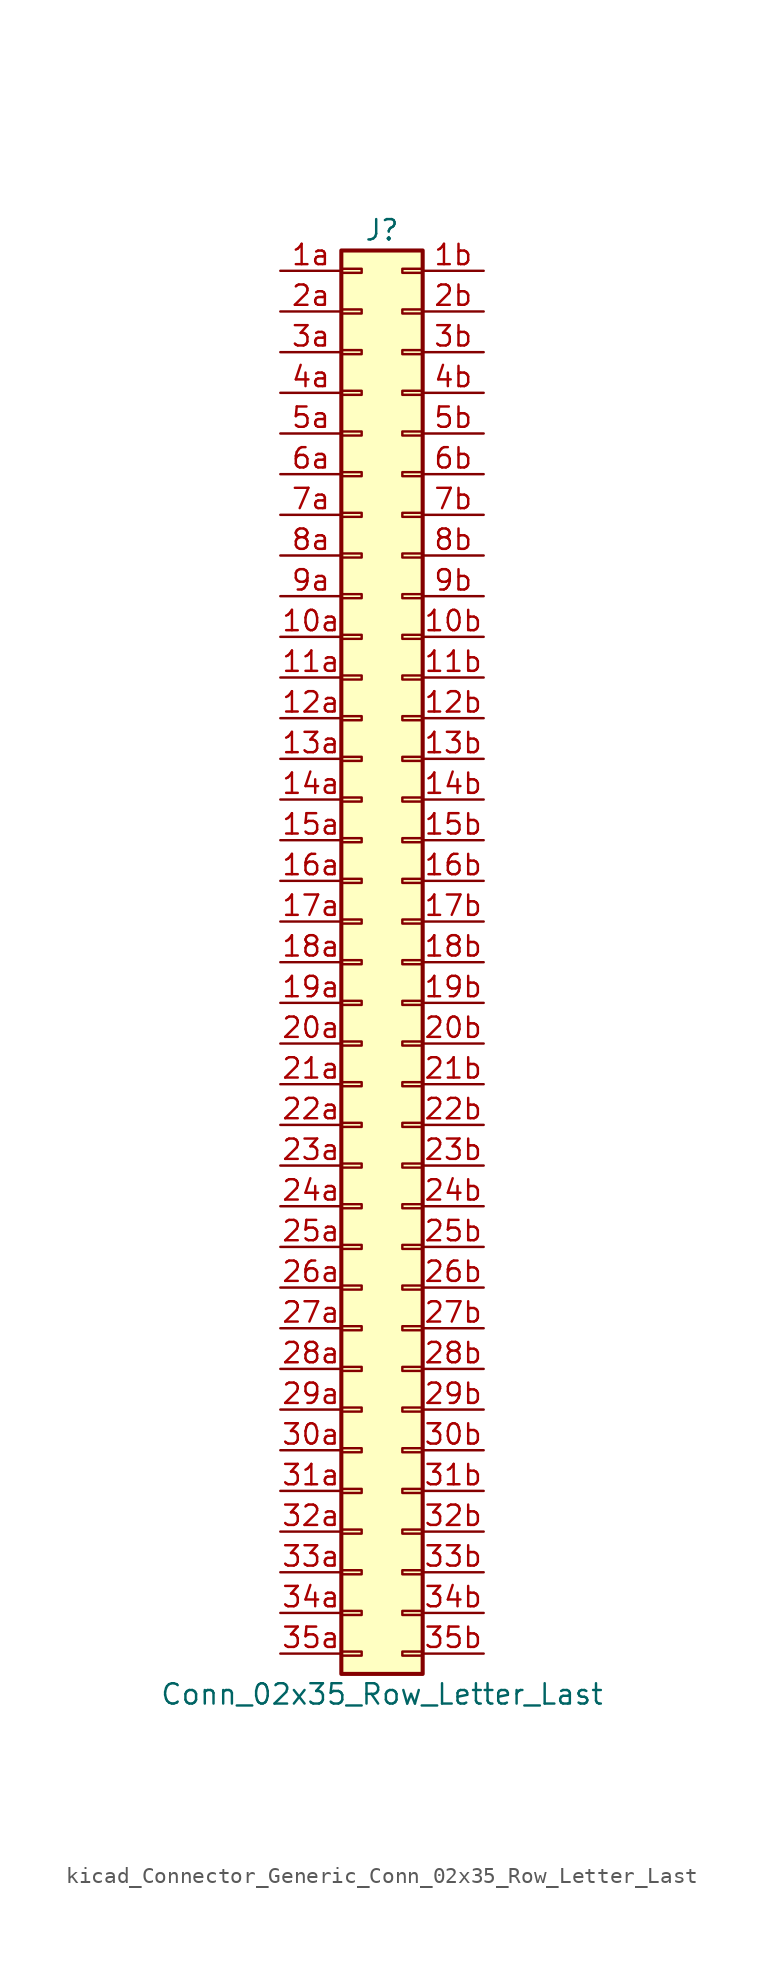
<source format=kicad_sym>
(kicad_symbol_lib
  (version 20220914)
  (generator kicad_symbol_editor)
  (symbol "kicad_Connector_Generic_Conn_02x35_Row_Letter_Last"
    (pin_names
      (offset 1.016) hide)
    (property "Reference" "J"
      (at 1.27 45.72 0)
      (effects (font (size 1.27 1.27))))
    (property "Value" "Conn_02x35_Row_Letter_Last"
      (at 1.27 -45.72 0)
      (effects (font (size 1.27 1.27))))
    (symbol "kicad_Connector_Generic_Conn_02x35_Row_Letter_Last_1_1"
      (rectangle (start -1.27 -43.053) (end 0 -43.307) (stroke (width 0.152) (type default)) (fill (type none)))
      (rectangle (start -1.27 -40.513) (end 0 -40.767) (stroke (width 0.152) (type default)) (fill (type none)))
      (rectangle (start -1.27 -37.973) (end 0 -38.227) (stroke (width 0.152) (type default)) (fill (type none)))
      (rectangle (start -1.27 -35.433) (end 0 -35.687) (stroke (width 0.152) (type default)) (fill (type none)))
      (rectangle (start -1.27 -32.893) (end 0 -33.147) (stroke (width 0.152) (type default)) (fill (type none)))
      (rectangle (start -1.27 -30.353) (end 0 -30.607) (stroke (width 0.152) (type default)) (fill (type none)))
      (rectangle (start -1.27 -27.813) (end 0 -28.067) (stroke (width 0.152) (type default)) (fill (type none)))
      (rectangle (start -1.27 -25.273) (end 0 -25.527) (stroke (width 0.152) (type default)) (fill (type none)))
      (rectangle (start -1.27 -22.733) (end 0 -22.987) (stroke (width 0.152) (type default)) (fill (type none)))
      (rectangle (start -1.27 -20.193) (end 0 -20.447) (stroke (width 0.152) (type default)) (fill (type none)))
      (rectangle (start -1.27 -17.653) (end 0 -17.907) (stroke (width 0.152) (type default)) (fill (type none)))
      (rectangle (start -1.27 -15.113) (end 0 -15.367) (stroke (width 0.152) (type default)) (fill (type none)))
      (rectangle (start -1.27 -12.573) (end 0 -12.827) (stroke (width 0.152) (type default)) (fill (type none)))
      (rectangle (start -1.27 -10.033) (end 0 -10.287) (stroke (width 0.152) (type default)) (fill (type none)))
      (rectangle (start -1.27 -7.493) (end 0 -7.747) (stroke (width 0.152) (type default)) (fill (type none)))
      (rectangle (start -1.27 -4.953) (end 0 -5.207) (stroke (width 0.152) (type default)) (fill (type none)))
      (rectangle (start -1.27 -2.413) (end 0 -2.667) (stroke (width 0.152) (type default)) (fill (type none)))
      (rectangle (start -1.27 0.127) (end 0 -0.127) (stroke (width 0.152) (type default)) (fill (type none)))
      (rectangle (start -1.27 2.667) (end 0 2.413) (stroke (width 0.152) (type default)) (fill (type none)))
      (rectangle (start -1.27 5.207) (end 0 4.953) (stroke (width 0.152) (type default)) (fill (type none)))
      (rectangle (start -1.27 7.747) (end 0 7.493) (stroke (width 0.152) (type default)) (fill (type none)))
      (rectangle (start -1.27 10.287) (end 0 10.033) (stroke (width 0.152) (type default)) (fill (type none)))
      (rectangle (start -1.27 12.827) (end 0 12.573) (stroke (width 0.152) (type default)) (fill (type none)))
      (rectangle (start -1.27 15.367) (end 0 15.113) (stroke (width 0.152) (type default)) (fill (type none)))
      (rectangle (start -1.27 17.907) (end 0 17.653) (stroke (width 0.152) (type default)) (fill (type none)))
      (rectangle (start -1.27 20.447) (end 0 20.193) (stroke (width 0.152) (type default)) (fill (type none)))
      (rectangle (start -1.27 22.987) (end 0 22.733) (stroke (width 0.152) (type default)) (fill (type none)))
      (rectangle (start -1.27 25.527) (end 0 25.273) (stroke (width 0.152) (type default)) (fill (type none)))
      (rectangle (start -1.27 28.067) (end 0 27.813) (stroke (width 0.152) (type default)) (fill (type none)))
      (rectangle (start -1.27 30.607) (end 0 30.353) (stroke (width 0.152) (type default)) (fill (type none)))
      (rectangle (start -1.27 33.147) (end 0 32.893) (stroke (width 0.152) (type default)) (fill (type none)))
      (rectangle (start -1.27 35.687) (end 0 35.433) (stroke (width 0.152) (type default)) (fill (type none)))
      (rectangle (start -1.27 38.227) (end 0 37.973) (stroke (width 0.152) (type default)) (fill (type none)))
      (rectangle (start -1.27 40.767) (end 0 40.513) (stroke (width 0.152) (type default)) (fill (type none)))
      (rectangle (start -1.27 43.307) (end 0 43.053) (stroke (width 0.152) (type default)) (fill (type none)))
      (rectangle (start -1.27 44.45) (end 3.81 -44.45) (stroke (width 0.254) (type default)) (fill (type background)))
      (rectangle (start 3.81 -43.053) (end 2.54 -43.307) (stroke (width 0.152) (type default)) (fill (type none)))
      (rectangle (start 3.81 -40.513) (end 2.54 -40.767) (stroke (width 0.152) (type default)) (fill (type none)))
      (rectangle (start 3.81 -37.973) (end 2.54 -38.227) (stroke (width 0.152) (type default)) (fill (type none)))
      (rectangle (start 3.81 -35.433) (end 2.54 -35.687) (stroke (width 0.152) (type default)) (fill (type none)))
      (rectangle (start 3.81 -32.893) (end 2.54 -33.147) (stroke (width 0.152) (type default)) (fill (type none)))
      (rectangle (start 3.81 -30.353) (end 2.54 -30.607) (stroke (width 0.152) (type default)) (fill (type none)))
      (rectangle (start 3.81 -27.813) (end 2.54 -28.067) (stroke (width 0.152) (type default)) (fill (type none)))
      (rectangle (start 3.81 -25.273) (end 2.54 -25.527) (stroke (width 0.152) (type default)) (fill (type none)))
      (rectangle (start 3.81 -22.733) (end 2.54 -22.987) (stroke (width 0.152) (type default)) (fill (type none)))
      (rectangle (start 3.81 -20.193) (end 2.54 -20.447) (stroke (width 0.152) (type default)) (fill (type none)))
      (rectangle (start 3.81 -17.653) (end 2.54 -17.907) (stroke (width 0.152) (type default)) (fill (type none)))
      (rectangle (start 3.81 -15.113) (end 2.54 -15.367) (stroke (width 0.152) (type default)) (fill (type none)))
      (rectangle (start 3.81 -12.573) (end 2.54 -12.827) (stroke (width 0.152) (type default)) (fill (type none)))
      (rectangle (start 3.81 -10.033) (end 2.54 -10.287) (stroke (width 0.152) (type default)) (fill (type none)))
      (rectangle (start 3.81 -7.493) (end 2.54 -7.747) (stroke (width 0.152) (type default)) (fill (type none)))
      (rectangle (start 3.81 -4.953) (end 2.54 -5.207) (stroke (width 0.152) (type default)) (fill (type none)))
      (rectangle (start 3.81 -2.413) (end 2.54 -2.667) (stroke (width 0.152) (type default)) (fill (type none)))
      (rectangle (start 3.81 0.127) (end 2.54 -0.127) (stroke (width 0.152) (type default)) (fill (type none)))
      (rectangle (start 3.81 2.667) (end 2.54 2.413) (stroke (width 0.152) (type default)) (fill (type none)))
      (rectangle (start 3.81 5.207) (end 2.54 4.953) (stroke (width 0.152) (type default)) (fill (type none)))
      (rectangle (start 3.81 7.747) (end 2.54 7.493) (stroke (width 0.152) (type default)) (fill (type none)))
      (rectangle (start 3.81 10.287) (end 2.54 10.033) (stroke (width 0.152) (type default)) (fill (type none)))
      (rectangle (start 3.81 12.827) (end 2.54 12.573) (stroke (width 0.152) (type default)) (fill (type none)))
      (rectangle (start 3.81 15.367) (end 2.54 15.113) (stroke (width 0.152) (type default)) (fill (type none)))
      (rectangle (start 3.81 17.907) (end 2.54 17.653) (stroke (width 0.152) (type default)) (fill (type none)))
      (rectangle (start 3.81 20.447) (end 2.54 20.193) (stroke (width 0.152) (type default)) (fill (type none)))
      (rectangle (start 3.81 22.987) (end 2.54 22.733) (stroke (width 0.152) (type default)) (fill (type none)))
      (rectangle (start 3.81 25.527) (end 2.54 25.273) (stroke (width 0.152) (type default)) (fill (type none)))
      (rectangle (start 3.81 28.067) (end 2.54 27.813) (stroke (width 0.152) (type default)) (fill (type none)))
      (rectangle (start 3.81 30.607) (end 2.54 30.353) (stroke (width 0.152) (type default)) (fill (type none)))
      (rectangle (start 3.81 33.147) (end 2.54 32.893) (stroke (width 0.152) (type default)) (fill (type none)))
      (rectangle (start 3.81 35.687) (end 2.54 35.433) (stroke (width 0.152) (type default)) (fill (type none)))
      (rectangle (start 3.81 38.227) (end 2.54 37.973) (stroke (width 0.152) (type default)) (fill (type none)))
      (rectangle (start 3.81 40.767) (end 2.54 40.513) (stroke (width 0.152) (type default)) (fill (type none)))
      (rectangle (start 3.81 43.307) (end 2.54 43.053) (stroke (width 0.152) (type default)) (fill (type none)))
      (pin passive line (at -5.08 20.32 0) (length 3.81) (name "Pin_10a" (effects (font (size 1.27 1.27)))) (number "10a" (effects (font (size 1.27 1.27)))))
      (pin passive line (at 7.62 20.32 180) (length 3.81) (name "Pin_10b" (effects (font (size 1.27 1.27)))) (number "10b" (effects (font (size 1.27 1.27)))))
      (pin passive line (at -5.08 17.78 0) (length 3.81) (name "Pin_11a" (effects (font (size 1.27 1.27)))) (number "11a" (effects (font (size 1.27 1.27)))))
      (pin passive line (at 7.62 17.78 180) (length 3.81) (name "Pin_11b" (effects (font (size 1.27 1.27)))) (number "11b" (effects (font (size 1.27 1.27)))))
      (pin passive line (at -5.08 15.24 0) (length 3.81) (name "Pin_12a" (effects (font (size 1.27 1.27)))) (number "12a" (effects (font (size 1.27 1.27)))))
      (pin passive line (at 7.62 15.24 180) (length 3.81) (name "Pin_12b" (effects (font (size 1.27 1.27)))) (number "12b" (effects (font (size 1.27 1.27)))))
      (pin passive line (at -5.08 12.7 0) (length 3.81) (name "Pin_13a" (effects (font (size 1.27 1.27)))) (number "13a" (effects (font (size 1.27 1.27)))))
      (pin passive line (at 7.62 12.7 180) (length 3.81) (name "Pin_13b" (effects (font (size 1.27 1.27)))) (number "13b" (effects (font (size 1.27 1.27)))))
      (pin passive line (at -5.08 10.16 0) (length 3.81) (name "Pin_14a" (effects (font (size 1.27 1.27)))) (number "14a" (effects (font (size 1.27 1.27)))))
      (pin passive line (at 7.62 10.16 180) (length 3.81) (name "Pin_14b" (effects (font (size 1.27 1.27)))) (number "14b" (effects (font (size 1.27 1.27)))))
      (pin passive line (at -5.08 7.62 0) (length 3.81) (name "Pin_15a" (effects (font (size 1.27 1.27)))) (number "15a" (effects (font (size 1.27 1.27)))))
      (pin passive line (at 7.62 7.62 180) (length 3.81) (name "Pin_15b" (effects (font (size 1.27 1.27)))) (number "15b" (effects (font (size 1.27 1.27)))))
      (pin passive line (at -5.08 5.08 0) (length 3.81) (name "Pin_16a" (effects (font (size 1.27 1.27)))) (number "16a" (effects (font (size 1.27 1.27)))))
      (pin passive line (at 7.62 5.08 180) (length 3.81) (name "Pin_16b" (effects (font (size 1.27 1.27)))) (number "16b" (effects (font (size 1.27 1.27)))))
      (pin passive line (at -5.08 2.54 0) (length 3.81) (name "Pin_17a" (effects (font (size 1.27 1.27)))) (number "17a" (effects (font (size 1.27 1.27)))))
      (pin passive line (at 7.62 2.54 180) (length 3.81) (name "Pin_17b" (effects (font (size 1.27 1.27)))) (number "17b" (effects (font (size 1.27 1.27)))))
      (pin passive line (at -5.08 0 0) (length 3.81) (name "Pin_18a" (effects (font (size 1.27 1.27)))) (number "18a" (effects (font (size 1.27 1.27)))))
      (pin passive line (at 7.62 0 180) (length 3.81) (name "Pin_18b" (effects (font (size 1.27 1.27)))) (number "18b" (effects (font (size 1.27 1.27)))))
      (pin passive line (at -5.08 -2.54 0) (length 3.81) (name "Pin_19a" (effects (font (size 1.27 1.27)))) (number "19a" (effects (font (size 1.27 1.27)))))
      (pin passive line (at 7.62 -2.54 180) (length 3.81) (name "Pin_19b" (effects (font (size 1.27 1.27)))) (number "19b" (effects (font (size 1.27 1.27)))))
      (pin passive line (at -5.08 43.18 0) (length 3.81) (name "Pin_1a" (effects (font (size 1.27 1.27)))) (number "1a" (effects (font (size 1.27 1.27)))))
      (pin passive line (at 7.62 43.18 180) (length 3.81) (name "Pin_1b" (effects (font (size 1.27 1.27)))) (number "1b" (effects (font (size 1.27 1.27)))))
      (pin passive line (at -5.08 -5.08 0) (length 3.81) (name "Pin_20a" (effects (font (size 1.27 1.27)))) (number "20a" (effects (font (size 1.27 1.27)))))
      (pin passive line (at 7.62 -5.08 180) (length 3.81) (name "Pin_20b" (effects (font (size 1.27 1.27)))) (number "20b" (effects (font (size 1.27 1.27)))))
      (pin passive line (at -5.08 -7.62 0) (length 3.81) (name "Pin_21a" (effects (font (size 1.27 1.27)))) (number "21a" (effects (font (size 1.27 1.27)))))
      (pin passive line (at 7.62 -7.62 180) (length 3.81) (name "Pin_21b" (effects (font (size 1.27 1.27)))) (number "21b" (effects (font (size 1.27 1.27)))))
      (pin passive line (at -5.08 -10.16 0) (length 3.81) (name "Pin_22a" (effects (font (size 1.27 1.27)))) (number "22a" (effects (font (size 1.27 1.27)))))
      (pin passive line (at 7.62 -10.16 180) (length 3.81) (name "Pin_22b" (effects (font (size 1.27 1.27)))) (number "22b" (effects (font (size 1.27 1.27)))))
      (pin passive line (at -5.08 -12.7 0) (length 3.81) (name "Pin_23a" (effects (font (size 1.27 1.27)))) (number "23a" (effects (font (size 1.27 1.27)))))
      (pin passive line (at 7.62 -12.7 180) (length 3.81) (name "Pin_23b" (effects (font (size 1.27 1.27)))) (number "23b" (effects (font (size 1.27 1.27)))))
      (pin passive line (at -5.08 -15.24 0) (length 3.81) (name "Pin_24a" (effects (font (size 1.27 1.27)))) (number "24a" (effects (font (size 1.27 1.27)))))
      (pin passive line (at 7.62 -15.24 180) (length 3.81) (name "Pin_24b" (effects (font (size 1.27 1.27)))) (number "24b" (effects (font (size 1.27 1.27)))))
      (pin passive line (at -5.08 -17.78 0) (length 3.81) (name "Pin_25a" (effects (font (size 1.27 1.27)))) (number "25a" (effects (font (size 1.27 1.27)))))
      (pin passive line (at 7.62 -17.78 180) (length 3.81) (name "Pin_25b" (effects (font (size 1.27 1.27)))) (number "25b" (effects (font (size 1.27 1.27)))))
      (pin passive line (at -5.08 -20.32 0) (length 3.81) (name "Pin_26a" (effects (font (size 1.27 1.27)))) (number "26a" (effects (font (size 1.27 1.27)))))
      (pin passive line (at 7.62 -20.32 180) (length 3.81) (name "Pin_26b" (effects (font (size 1.27 1.27)))) (number "26b" (effects (font (size 1.27 1.27)))))
      (pin passive line (at -5.08 -22.86 0) (length 3.81) (name "Pin_27a" (effects (font (size 1.27 1.27)))) (number "27a" (effects (font (size 1.27 1.27)))))
      (pin passive line (at 7.62 -22.86 180) (length 3.81) (name "Pin_27b" (effects (font (size 1.27 1.27)))) (number "27b" (effects (font (size 1.27 1.27)))))
      (pin passive line (at -5.08 -25.4 0) (length 3.81) (name "Pin_28a" (effects (font (size 1.27 1.27)))) (number "28a" (effects (font (size 1.27 1.27)))))
      (pin passive line (at 7.62 -25.4 180) (length 3.81) (name "Pin_28b" (effects (font (size 1.27 1.27)))) (number "28b" (effects (font (size 1.27 1.27)))))
      (pin passive line (at -5.08 -27.94 0) (length 3.81) (name "Pin_29a" (effects (font (size 1.27 1.27)))) (number "29a" (effects (font (size 1.27 1.27)))))
      (pin passive line (at 7.62 -27.94 180) (length 3.81) (name "Pin_29b" (effects (font (size 1.27 1.27)))) (number "29b" (effects (font (size 1.27 1.27)))))
      (pin passive line (at -5.08 40.64 0) (length 3.81) (name "Pin_2a" (effects (font (size 1.27 1.27)))) (number "2a" (effects (font (size 1.27 1.27)))))
      (pin passive line (at 7.62 40.64 180) (length 3.81) (name "Pin_2b" (effects (font (size 1.27 1.27)))) (number "2b" (effects (font (size 1.27 1.27)))))
      (pin passive line (at -5.08 -30.48 0) (length 3.81) (name "Pin_30a" (effects (font (size 1.27 1.27)))) (number "30a" (effects (font (size 1.27 1.27)))))
      (pin passive line (at 7.62 -30.48 180) (length 3.81) (name "Pin_30b" (effects (font (size 1.27 1.27)))) (number "30b" (effects (font (size 1.27 1.27)))))
      (pin passive line (at -5.08 -33.02 0) (length 3.81) (name "Pin_31a" (effects (font (size 1.27 1.27)))) (number "31a" (effects (font (size 1.27 1.27)))))
      (pin passive line (at 7.62 -33.02 180) (length 3.81) (name "Pin_31b" (effects (font (size 1.27 1.27)))) (number "31b" (effects (font (size 1.27 1.27)))))
      (pin passive line (at -5.08 -35.56 0) (length 3.81) (name "Pin_32a" (effects (font (size 1.27 1.27)))) (number "32a" (effects (font (size 1.27 1.27)))))
      (pin passive line (at 7.62 -35.56 180) (length 3.81) (name "Pin_32b" (effects (font (size 1.27 1.27)))) (number "32b" (effects (font (size 1.27 1.27)))))
      (pin passive line (at -5.08 -38.1 0) (length 3.81) (name "Pin_33a" (effects (font (size 1.27 1.27)))) (number "33a" (effects (font (size 1.27 1.27)))))
      (pin passive line (at 7.62 -38.1 180) (length 3.81) (name "Pin_33b" (effects (font (size 1.27 1.27)))) (number "33b" (effects (font (size 1.27 1.27)))))
      (pin passive line (at -5.08 -40.64 0) (length 3.81) (name "Pin_34a" (effects (font (size 1.27 1.27)))) (number "34a" (effects (font (size 1.27 1.27)))))
      (pin passive line (at 7.62 -40.64 180) (length 3.81) (name "Pin_34b" (effects (font (size 1.27 1.27)))) (number "34b" (effects (font (size 1.27 1.27)))))
      (pin passive line (at -5.08 -43.18 0) (length 3.81) (name "Pin_35a" (effects (font (size 1.27 1.27)))) (number "35a" (effects (font (size 1.27 1.27)))))
      (pin passive line (at 7.62 -43.18 180) (length 3.81) (name "Pin_35b" (effects (font (size 1.27 1.27)))) (number "35b" (effects (font (size 1.27 1.27)))))
      (pin passive line (at -5.08 38.1 0) (length 3.81) (name "Pin_3a" (effects (font (size 1.27 1.27)))) (number "3a" (effects (font (size 1.27 1.27)))))
      (pin passive line (at 7.62 38.1 180) (length 3.81) (name "Pin_3b" (effects (font (size 1.27 1.27)))) (number "3b" (effects (font (size 1.27 1.27)))))
      (pin passive line (at -5.08 35.56 0) (length 3.81) (name "Pin_4a" (effects (font (size 1.27 1.27)))) (number "4a" (effects (font (size 1.27 1.27)))))
      (pin passive line (at 7.62 35.56 180) (length 3.81) (name "Pin_4b" (effects (font (size 1.27 1.27)))) (number "4b" (effects (font (size 1.27 1.27)))))
      (pin passive line (at -5.08 33.02 0) (length 3.81) (name "Pin_5a" (effects (font (size 1.27 1.27)))) (number "5a" (effects (font (size 1.27 1.27)))))
      (pin passive line (at 7.62 33.02 180) (length 3.81) (name "Pin_5b" (effects (font (size 1.27 1.27)))) (number "5b" (effects (font (size 1.27 1.27)))))
      (pin passive line (at -5.08 30.48 0) (length 3.81) (name "Pin_6a" (effects (font (size 1.27 1.27)))) (number "6a" (effects (font (size 1.27 1.27)))))
      (pin passive line (at 7.62 30.48 180) (length 3.81) (name "Pin_6b" (effects (font (size 1.27 1.27)))) (number "6b" (effects (font (size 1.27 1.27)))))
      (pin passive line (at -5.08 27.94 0) (length 3.81) (name "Pin_7a" (effects (font (size 1.27 1.27)))) (number "7a" (effects (font (size 1.27 1.27)))))
      (pin passive line (at 7.62 27.94 180) (length 3.81) (name "Pin_7b" (effects (font (size 1.27 1.27)))) (number "7b" (effects (font (size 1.27 1.27)))))
      (pin passive line (at -5.08 25.4 0) (length 3.81) (name "Pin_8a" (effects (font (size 1.27 1.27)))) (number "8a" (effects (font (size 1.27 1.27)))))
      (pin passive line (at 7.62 25.4 180) (length 3.81) (name "Pin_8b" (effects (font (size 1.27 1.27)))) (number "8b" (effects (font (size 1.27 1.27)))))
      (pin passive line (at -5.08 22.86 0) (length 3.81) (name "Pin_9a" (effects (font (size 1.27 1.27)))) (number "9a" (effects (font (size 1.27 1.27)))))
      (pin passive line (at 7.62 22.86 180) (length 3.81) (name "Pin_9b" (effects (font (size 1.27 1.27)))) (number "9b" (effects (font (size 1.27 1.27))))))))
</source>
